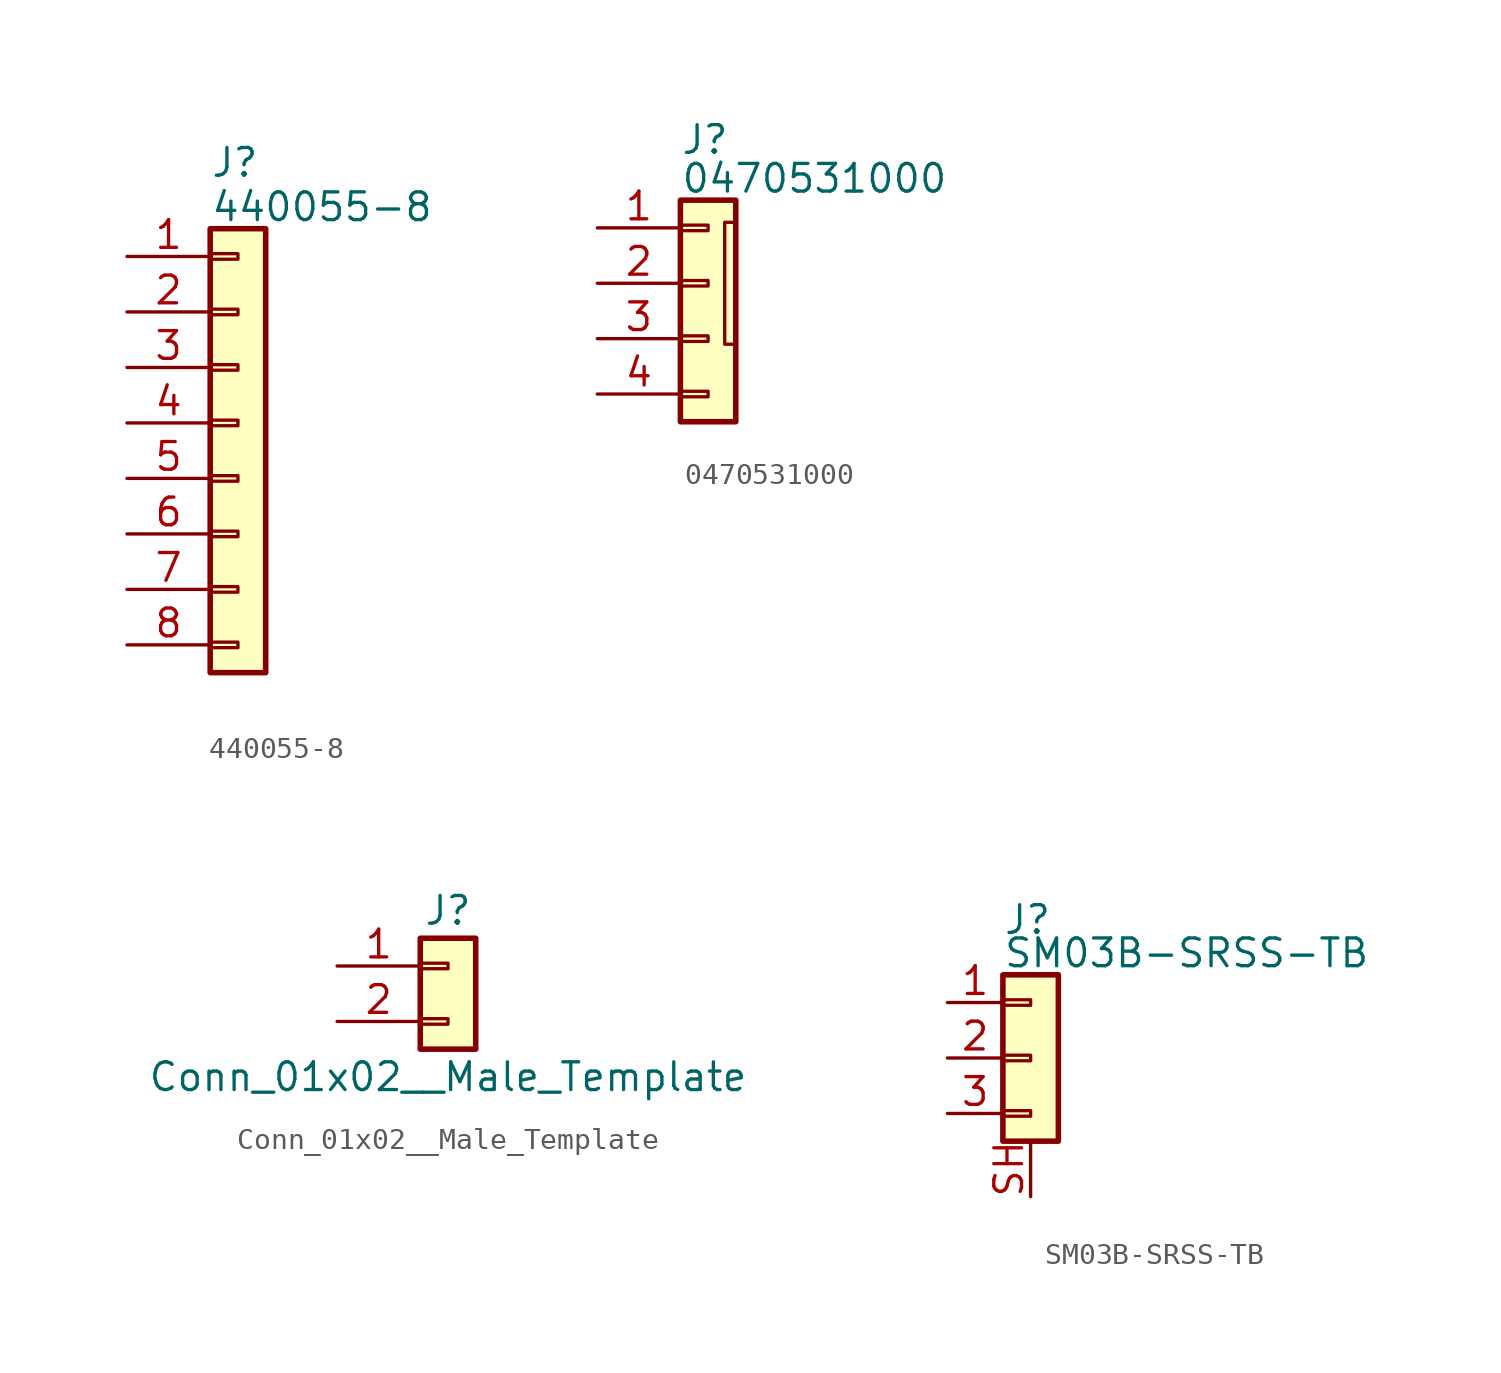
<source format=kicad_sym>
(kicad_symbol_lib
  (version 20241209)
  (generator "kicad_symbol_editor")
  (generator_version "9.0")
  (symbol "440055-8"
    (pin_names
      (offset 1.016)
      (hide yes))
    (property "Reference" "J"
      (at -1.27 3.556 0)
      (effects (font (size 1.27 1.27)) (justify left bottom)))
    (property "Value" "440055-8"
      (at -1.27 1.524 0)
      (effects (font (size 1.27 1.27)) (justify left bottom)))
    (symbol "440055-8_1_1"
      (rectangle (start -1.27 1.27) (end 1.27 -19.05) (stroke (width 0.254) (type default)) (fill (type background)))
      (rectangle (start -1.27 0.127) (end 0 -0.127) (stroke (width 0.152) (type default)) (fill (type none)))
      (rectangle (start -1.27 -2.413) (end 0 -2.667) (stroke (width 0.152) (type default)) (fill (type none)))
      (rectangle (start -1.27 -4.953) (end 0 -5.207) (stroke (width 0.152) (type default)) (fill (type none)))
      (rectangle (start -1.27 -7.493) (end 0 -7.747) (stroke (width 0.152) (type default)) (fill (type none)))
      (rectangle (start -1.27 -10.033) (end 0 -10.287) (stroke (width 0.152) (type default)) (fill (type none)))
      (rectangle (start -1.27 -12.573) (end 0 -12.827) (stroke (width 0.152) (type default)) (fill (type none)))
      (rectangle (start -1.27 -15.113) (end 0 -15.367) (stroke (width 0.152) (type default)) (fill (type none)))
      (rectangle (start -1.27 -17.653) (end 0 -17.907) (stroke (width 0.152) (type default)) (fill (type none)))
      (pin passive line (at -5.08 0 0) (length 3.81) (name "Pin_1" (effects (font (size 1.27 1.27)))) (number "1" (effects (font (size 1.27 1.27)))))
      (pin passive line (at -5.08 -2.54 0) (length 3.81) (name "Pin_2" (effects (font (size 1.27 1.27)))) (number "2" (effects (font (size 1.27 1.27)))))
      (pin passive line (at -5.08 -5.08 0) (length 3.81) (name "Pin_3" (effects (font (size 1.27 1.27)))) (number "3" (effects (font (size 1.27 1.27)))))
      (pin passive line (at -5.08 -7.62 0) (length 3.81) (name "Pin_4" (effects (font (size 1.27 1.27)))) (number "4" (effects (font (size 1.27 1.27)))))
      (pin passive line (at -5.08 -10.16 0) (length 3.81) (name "Pin_5" (effects (font (size 1.27 1.27)))) (number "5" (effects (font (size 1.27 1.27)))))
      (pin passive line (at -5.08 -12.7 0) (length 3.81) (name "Pin_6" (effects (font (size 1.27 1.27)))) (number "6" (effects (font (size 1.27 1.27)))))
      (pin passive line (at -5.08 -15.24 0) (length 3.81) (name "Pin_7" (effects (font (size 1.27 1.27)))) (number "7" (effects (font (size 1.27 1.27)))))
      (pin passive line (at -5.08 -17.78 0) (length 3.81) (name "Pin_8" (effects (font (size 1.27 1.27)))) (number "8" (effects (font (size 1.27 1.27)))))))
  (symbol "0470531000"
    (pin_names
      (offset 1.016)
      (hide yes))
    (property "Reference" "J"
      (at -1.27 3.302 0)
      (effects (font (size 1.27 1.27)) (justify left bottom)))
    (property "Value" "0470531000"
      (at -1.27 1.524 0)
      (effects (font (size 1.27 1.27)) (justify left bottom)))
    (symbol "0470531000_0_1"
      (rectangle (start 1.27 0.254) (end 0.762 -5.334) (stroke (width 0) (type default)) (fill (type none))))
    (symbol "0470531000_1_1"
      (rectangle (start -1.27 1.27) (end 1.27 -8.89) (stroke (width 0.254) (type default)) (fill (type background)))
      (rectangle (start -1.27 0.127) (end 0 -0.127) (stroke (width 0.152) (type default)) (fill (type none)))
      (rectangle (start -1.27 -2.413) (end 0 -2.667) (stroke (width 0.152) (type default)) (fill (type none)))
      (rectangle (start -1.27 -4.953) (end 0 -5.207) (stroke (width 0.152) (type default)) (fill (type none)))
      (rectangle (start -1.27 -7.493) (end 0 -7.747) (stroke (width 0.152) (type default)) (fill (type none)))
      (pin passive line (at -5.08 0 0) (length 3.81) (name "Pin_1" (effects (font (size 1.27 1.27)))) (number "1" (effects (font (size 1.27 1.27)))))
      (pin passive line (at -5.08 -2.54 0) (length 3.81) (name "Pin_2" (effects (font (size 1.27 1.27)))) (number "2" (effects (font (size 1.27 1.27)))))
      (pin passive line (at -5.08 -5.08 0) (length 3.81) (name "Pin_3" (effects (font (size 1.27 1.27)))) (number "3" (effects (font (size 1.27 1.27)))))
      (pin passive line (at -5.08 -7.62 0) (length 3.81) (name "Pin_4" (effects (font (size 1.27 1.27)))) (number "4" (effects (font (size 1.27 1.27)))))))
  (symbol "Conn_01x02__Male_Template"
    (pin_names
      (offset 1.016)
      (hide yes))
    (property "Reference" "J"
      (at 0 2.54 0)
      (effects (font (size 1.27 1.27))))
    (property "Value" "Conn_01x02__Male_Template"
      (at 0 -5.08 0)
      (effects (font (size 1.27 1.27))))
    (symbol "Conn_01x02__Male_Template_1_1"
      (rectangle (start -1.27 1.27) (end 1.27 -3.81) (stroke (width 0.254) (type default)) (fill (type background)))
      (rectangle (start -1.27 0.127) (end 0 -0.127) (stroke (width 0.152) (type default)) (fill (type none)))
      (rectangle (start -1.27 -2.413) (end 0 -2.667) (stroke (width 0.152) (type default)) (fill (type none)))
      (pin passive line (at -5.08 0 0) (length 3.81) (name "Pin_1" (effects (font (size 1.27 1.27)))) (number "1" (effects (font (size 1.27 1.27)))))
      (pin passive line (at -5.08 -2.54 0) (length 3.81) (name "Pin_2" (effects (font (size 1.27 1.27)))) (number "2" (effects (font (size 1.27 1.27)))))))
  (symbol "SM03B-SRSS-TB"
    (pin_names
      (offset 1.016)
      (hide yes))
    (property "Reference" "J"
      (at 0 9.398 0)
      (effects (font (size 1.27 1.27)) (justify left bottom)))
    (property "Value" "SM03B-SRSS-TB"
      (at 0 7.874 0)
      (effects (font (size 1.27 1.27)) (justify left bottom)))
    (symbol "SM03B-SRSS-TB_1_1"
      (rectangle (start 0 7.62) (end 2.54 0) (stroke (width 0.254) (type default)) (fill (type background)))
      (rectangle (start 0 6.477) (end 1.27 6.223) (stroke (width 0.152) (type default)) (fill (type none)))
      (rectangle (start 0 3.937) (end 1.27 3.683) (stroke (width 0.152) (type default)) (fill (type none)))
      (rectangle (start 0 1.397) (end 1.27 1.143) (stroke (width 0.152) (type default)) (fill (type none)))
      (pin passive line (at -2.54 6.35 0) (length 2.54) (name "Pin_1" (effects (font (size 1.27 1.27)))) (number "1" (effects (font (size 1.27 1.27)))))
      (pin passive line (at -2.54 3.81 0) (length 2.54) (name "Pin_2" (effects (font (size 1.27 1.27)))) (number "2" (effects (font (size 1.27 1.27)))))
      (pin passive line (at -2.54 1.27 0) (length 2.54) (name "Pin_3" (effects (font (size 1.27 1.27)))) (number "3" (effects (font (size 1.27 1.27)))))
      (pin passive line (at 1.27 -2.54 90) (length 2.54) (name "SH" (effects (font (size 1.27 1.27)))) (number "SH" (effects (font (size 1.27 1.27))))))))
</source>
